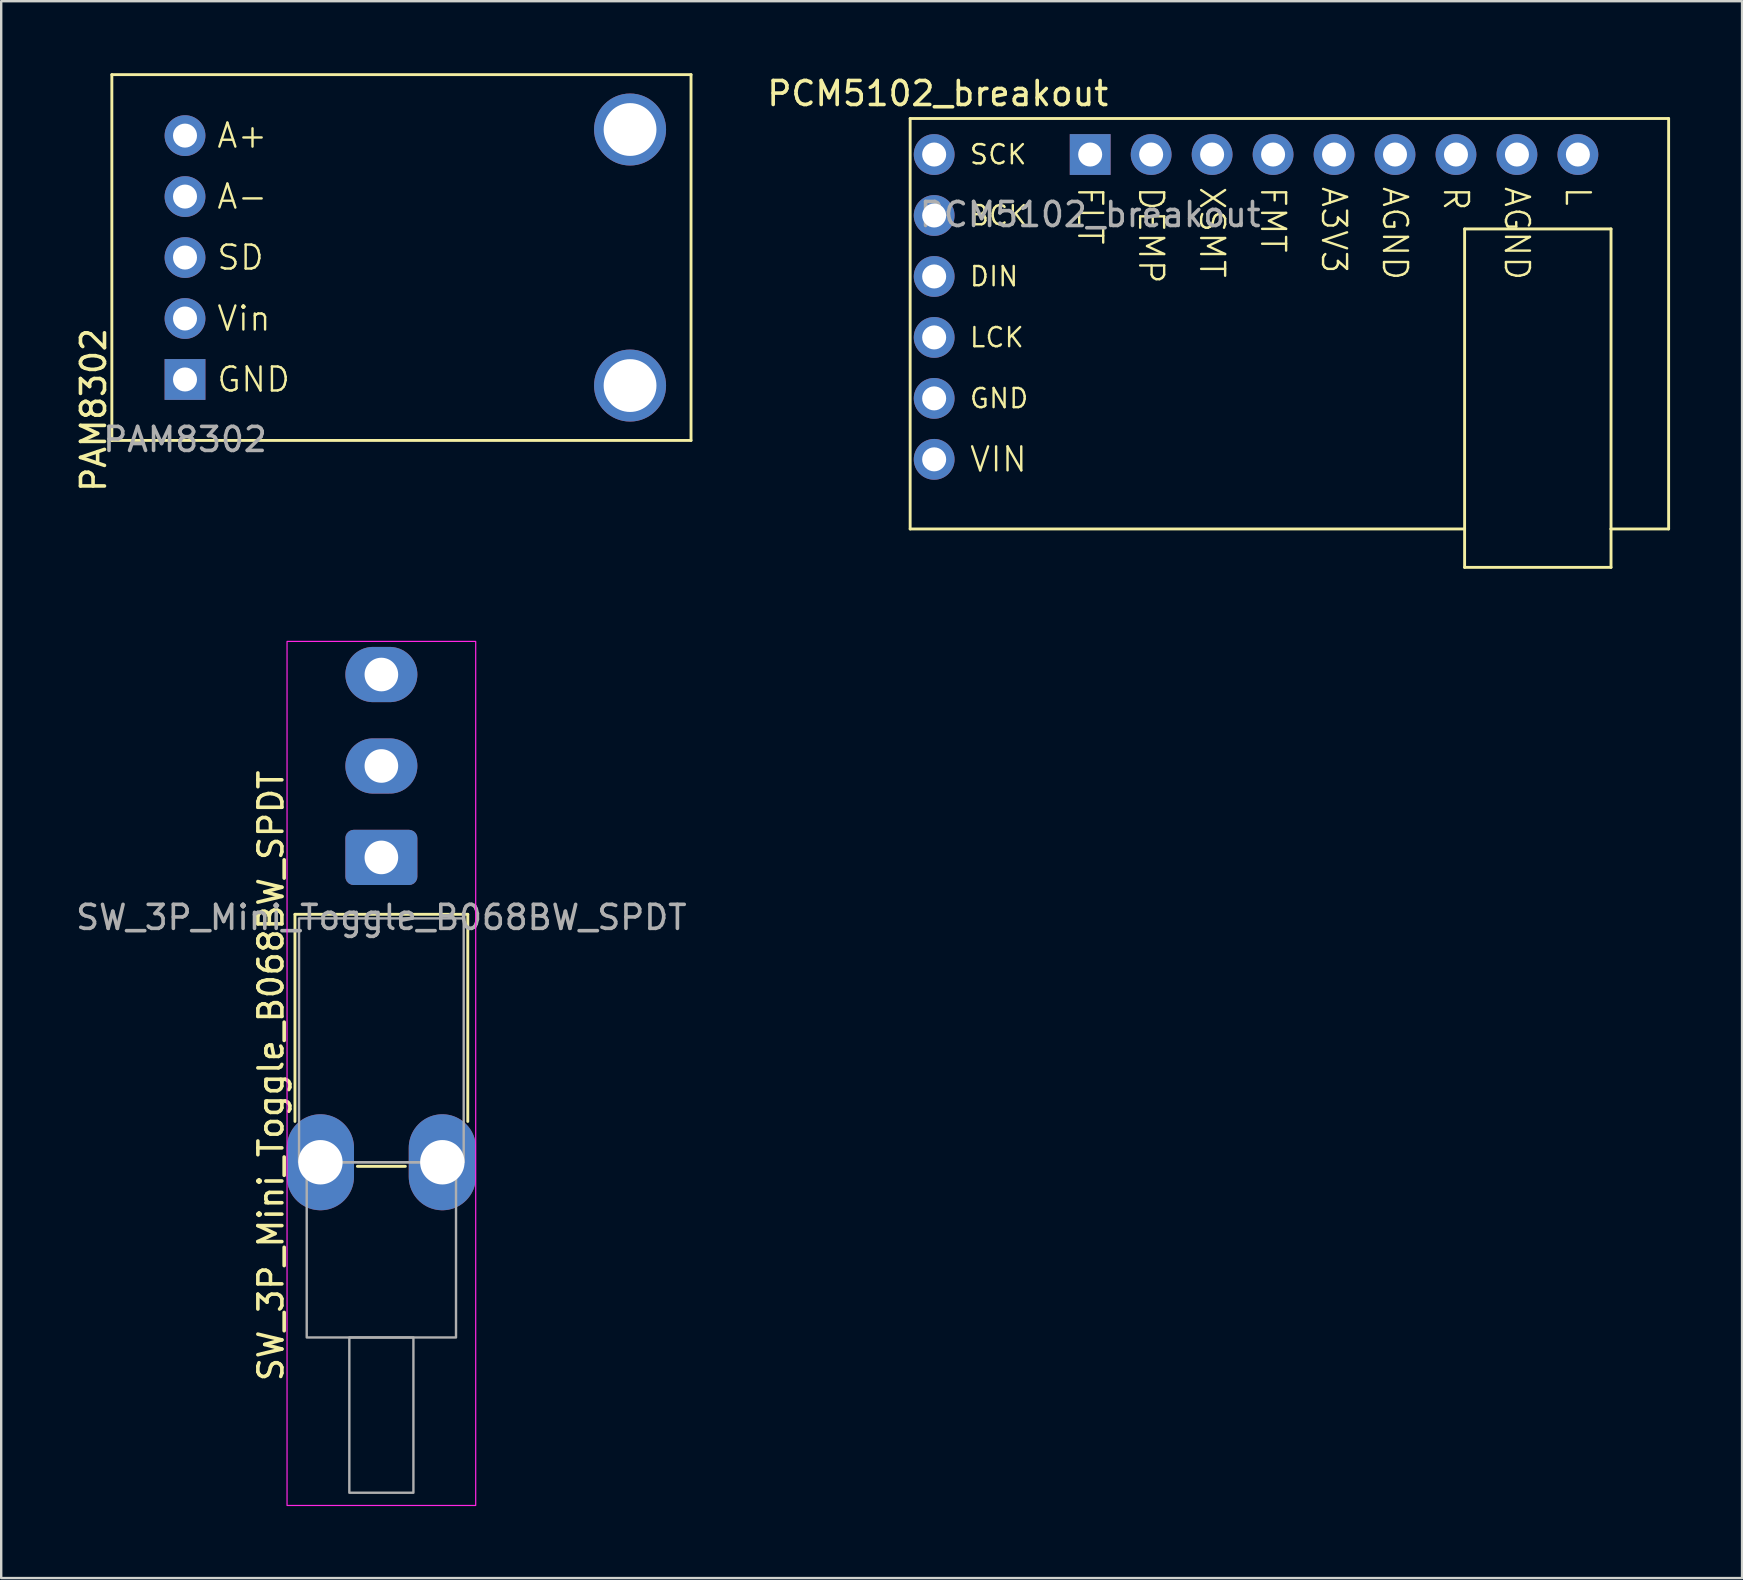
<source format=kicad_pcb>
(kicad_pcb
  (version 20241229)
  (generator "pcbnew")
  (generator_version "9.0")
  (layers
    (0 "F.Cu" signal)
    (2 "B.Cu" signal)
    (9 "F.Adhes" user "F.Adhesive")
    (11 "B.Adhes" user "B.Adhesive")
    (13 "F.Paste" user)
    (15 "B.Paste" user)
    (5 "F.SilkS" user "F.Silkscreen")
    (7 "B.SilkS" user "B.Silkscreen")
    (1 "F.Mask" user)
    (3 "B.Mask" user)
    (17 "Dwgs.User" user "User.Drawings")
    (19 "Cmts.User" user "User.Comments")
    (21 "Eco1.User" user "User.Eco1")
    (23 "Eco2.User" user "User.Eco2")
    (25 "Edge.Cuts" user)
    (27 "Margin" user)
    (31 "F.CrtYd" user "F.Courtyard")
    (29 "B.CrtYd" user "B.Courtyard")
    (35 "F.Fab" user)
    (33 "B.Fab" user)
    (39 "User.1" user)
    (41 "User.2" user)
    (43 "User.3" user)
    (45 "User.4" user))
  (footprint "PCM5102_breakout"
    (layer "F.Cu")
    (at 42.37 3.388)
    (property "Reference" "PCM5102_breakout" (at -6.35 -2.54 0) (unlocked yes) (layer "F.SilkS") (effects (font (size 1 1) (thickness 0.15))))
    (attr through_hole)
    (fp_line (start -7.5 -1.5) (end 24.1 -1.5) (stroke (width 0.12) (type default)) (layer "F.SilkS"))
    (fp_line (start -7.5 15.6) (end -7.5 -1.5) (stroke (width 0.12) (type default)) (layer "F.SilkS"))
    (fp_line (start -7.5 15.6) (end 15.6 15.6) (stroke (width 0.12) (type default)) (layer "F.SilkS"))
    (fp_line (start 15.6 3.1) (end 21.7 3.1) (stroke (width 0.12) (type default)) (layer "F.SilkS"))
    (fp_line (start 15.6 15.6) (end 15.6 3.1) (stroke (width 0.12) (type default)) (layer "F.SilkS"))
    (fp_line (start 15.6 17.2) (end 15.6 15.6) (stroke (width 0.12) (type default)) (layer "F.SilkS"))
    (fp_line (start 21.7 3.1) (end 21.7 15.6) (stroke (width 0.12) (type default)) (layer "F.SilkS"))
    (fp_line (start 21.7 15.6) (end 21.7 17.2) (stroke (width 0.12) (type default)) (layer "F.SilkS"))
    (fp_line (start 21.7 17.2) (end 15.6 17.2) (stroke (width 0.12) (type default)) (layer "F.SilkS"))
    (fp_line (start 24.1 -1.5) (end 24.1 15.6) (stroke (width 0.12) (type default)) (layer "F.SilkS"))
    (fp_line (start 24.1 15.6) (end 21.7 15.6) (stroke (width 0.12) (type default)) (layer "F.SilkS"))
    (fp_text user "FMT" (at 7.62 1.27 270) (unlocked yes) (layer "F.SilkS") (effects (font (size 1 1) (thickness 0.1)) (justify left)))
    (fp_text user "L" (at 20.32 1.27 270) (unlocked yes) (layer "F.SilkS") (effects (font (size 1 1) (thickness 0.1)) (justify left)))
    (fp_text user "SCK" (at -5.08 0 0) (unlocked yes) (layer "F.SilkS") (effects (font (size 0.8 0.8) (thickness 0.1)) (justify left)))
    (fp_text user "LCK" (at -5.08 7.62 0) (unlocked yes) (layer "F.SilkS") (effects (font (size 0.8 0.8) (thickness 0.1)) (justify left)))
    (fp_text user "DIN" (at -5.08 5.08 0) (unlocked yes) (layer "F.SilkS") (effects (font (size 0.8 0.8) (thickness 0.1)) (justify left)))
    (fp_text user "R" (at 15.24 1.27 270) (unlocked yes) (layer "F.SilkS") (effects (font (size 1 1) (thickness 0.1)) (justify left)))
    (fp_text user "GND" (at -5.08 10.16 0) (unlocked yes) (layer "F.SilkS") (effects (font (size 0.8 0.8) (thickness 0.1)) (justify left)))
    (fp_text user "A3V3" (at 10.16 1.27 270) (unlocked yes) (layer "F.SilkS") (effects (font (size 1 1) (thickness 0.1)) (justify left)))
    (fp_text user "DEMP" (at 2.54 1.27 270) (unlocked yes) (layer "F.SilkS") (effects (font (size 1 1) (thickness 0.1)) (justify left)))
    (fp_text user "BCK" (at -5.08 2.54 0) (unlocked yes) (layer "F.SilkS") (effects (font (size 0.8 0.8) (thickness 0.1)) (justify left)))
    (fp_text user "AGND" (at 17.78 1.27 270) (unlocked yes) (layer "F.SilkS") (effects (font (size 1 1) (thickness 0.1)) (justify left)))
    (fp_text user "FLT" (at 0 1.27 270) (unlocked yes) (layer "F.SilkS") (effects (font (size 1 1) (thickness 0.1)) (justify left)))
    (fp_text user "XSMT" (at 5.08 1.27 270) (unlocked yes) (layer "F.SilkS") (effects (font (size 1 1) (thickness 0.1)) (justify left)))
    (fp_text user "VIN" (at -5.08 12.7 0) (unlocked yes) (layer "F.SilkS") (effects (font (size 1 1) (thickness 0.1)) (justify left)))
    (fp_text user "AGND" (at 12.7 1.27 270) (unlocked yes) (layer "F.SilkS") (effects (font (size 1 1) (thickness 0.1)) (justify left)))
    (fp_text user "${REFERENCE}" (at 0 2.5 0) (unlocked yes) (layer "F.Fab") (effects (font (size 1 1) (thickness 0.15))))
    (pad "1" thru_hole rect (at 0 0) (size 1.7 1.7) (drill 1) (layers "*.Cu" "*.Mask"))
    (pad "2" thru_hole oval (at 2.54 0) (size 1.7 1.7) (drill 1) (layers "*.Cu" "*.Mask"))
    (pad "3" thru_hole oval (at 5.08 0) (size 1.7 1.7) (drill 1) (layers "*.Cu" "*.Mask"))
    (pad "4" thru_hole oval (at 7.62 0) (size 1.7 1.7) (drill 1) (layers "*.Cu" "*.Mask"))
    (pad "5" thru_hole oval (at 10.16 0) (size 1.7 1.7) (drill 1) (layers "*.Cu" "*.Mask"))
    (pad "6" thru_hole oval (at 12.7 0) (size 1.7 1.7) (drill 1) (layers "*.Cu" "*.Mask"))
    (pad "7" thru_hole oval (at 15.24 0) (size 1.7 1.7) (drill 1) (layers "*.Cu" "*.Mask"))
    (pad "8" thru_hole oval (at 17.78 0) (size 1.7 1.7) (drill 1) (layers "*.Cu" "*.Mask"))
    (pad "9" thru_hole oval (at 20.32 0) (size 1.7 1.7) (drill 1) (layers "*.Cu" "*.Mask"))
    (pad "10" thru_hole oval (at -6.5 0) (size 1.7 1.7) (drill 1) (layers "*.Cu" "*.Mask"))
    (pad "11" thru_hole oval (at -6.5 2.54) (size 1.7 1.7) (drill 1) (layers "*.Cu" "*.Mask"))
    (pad "12" thru_hole oval (at -6.5 5.08) (size 1.7 1.7) (drill 1) (layers "*.Cu" "*.Mask"))
    (pad "13" thru_hole oval (at -6.5 7.62) (size 1.7 1.7) (drill 1) (layers "*.Cu" "*.Mask"))
    (pad "14" thru_hole oval (at -6.5 10.16) (size 1.7 1.7) (drill 1) (layers "*.Cu" "*.Mask"))
    (pad "15" thru_hole oval (at -6.5 12.7) (size 1.7 1.7) (drill 1) (layers "*.Cu" "*.Mask")))
  (footprint "PAM8302"
    (layer "F.Cu")
    (at 4.658 12.76)
    (property "Reference" "PAM8302" (at -3.81 1.27 90) (unlocked yes) (layer "F.SilkS") (effects (font (size 1 1) (thickness 0.15))))
    (attr through_hole)
    (fp_line (start -3.048 -12.7) (end -3.048 2.54) (stroke (width 0.12) (type default)) (layer "F.SilkS"))
    (fp_line (start -3.048 -12.7) (end 21.082 -12.7) (stroke (width 0.12) (type default)) (layer "F.SilkS"))
    (fp_line (start -3.048 2.54) (end 21.082 2.54) (stroke (width 0.12) (type default)) (layer "F.SilkS"))
    (fp_line (start 21.082 -12.7) (end 21.082 2.54) (stroke (width 0.12) (type default)) (layer "F.SilkS"))
    (fp_text user "SD" (at 1.27 -5.08 0) (unlocked yes) (layer "F.SilkS") (effects (font (size 1 1) (thickness 0.1)) (justify left)))
    (fp_text user "A-" (at 1.27 -7.62 0) (unlocked yes) (layer "F.SilkS") (effects (font (size 1 1) (thickness 0.1)) (justify left)))
    (fp_text user "A+" (at 1.27 -10.16 0) (unlocked yes) (layer "F.SilkS") (effects (font (size 1 1) (thickness 0.1)) (justify left)))
    (fp_text user "GND" (at 1.27 0 0) (unlocked yes) (layer "F.SilkS") (effects (font (size 1 1) (thickness 0.1)) (justify left)))
    (fp_text user "Vin" (at 1.27 -2.54 0) (unlocked yes) (layer "F.SilkS") (effects (font (size 1 1) (thickness 0.1)) (justify left)))
    (fp_text user "${REFERENCE}" (at 0 2.5 0) (unlocked yes) (layer "F.Fab") (effects (font (size 1 1) (thickness 0.15))))
    (pad "" thru_hole circle (at 18.542 -10.414) (size 3 3) (drill 2.2) (layers "*.Cu" "*.Mask"))
    (pad "" thru_hole circle (at 18.542 0.254) (size 3 3) (drill 2.2) (layers "*.Cu" "*.Mask"))
    (pad "1" thru_hole rect (at 0 0) (size 1.7 1.7) (drill 1) (layers "*.Cu" "*.Mask"))
    (pad "2" thru_hole oval (at 0 -2.54) (size 1.7 1.7) (drill 1) (layers "*.Cu" "*.Mask"))
    (pad "3" thru_hole oval (at 0 -5.08) (size 1.7 1.7) (drill 1) (layers "*.Cu" "*.Mask"))
    (pad "4" thru_hole oval (at 0 -7.62) (size 1.7 1.7) (drill 1) (layers "*.Cu" "*.Mask"))
    (pad "5" thru_hole oval (at 0 -10.16) (size 1.7 1.7) (drill 1) (layers "*.Cu" "*.Mask")))
  (footprint "SW_3P_Mini_Toggle_B068BW_SPDT"
    (layer "F.Cu")
    (at 12.839 32.673)
    (property "Reference" "SW_3P_Mini_Toggle_B068BW_SPDT" (at -4.6 9.1 90) (unlocked yes) (layer "F.SilkS") (effects (font (size 1 1) (thickness 0.15))))
    (attr through_hole)
    (fp_line (start -3.6 2.37) (end 3.6 2.37) (stroke (width 0.12) (type default)) (layer "F.SilkS"))
    (fp_line (start -3.6 11) (end -3.6 2.37) (stroke (width 0.12) (type default)) (layer "F.SilkS"))
    (fp_line (start -1 12.87) (end 1 12.87) (stroke (width 0.12) (type default)) (layer "F.SilkS"))
    (fp_line (start 3.6 2.37) (end 3.6 11) (stroke (width 0.12) (type default)) (layer "F.SilkS"))
    (fp_rect (start -3.93 -9) (end 3.93 27) (stroke (width 0.05) (type default)) (fill no) (layer "F.CrtYd"))
    (fp_rect (start -3.43 2.54) (end 3.43 12.7) (stroke (width 0.1) (type default)) (fill no) (layer "F.Fab"))
    (fp_rect (start -3.11 12.7) (end 3.11 20) (stroke (width 0.1) (type default)) (fill no) (layer "F.Fab"))
    (fp_rect (start -1.335 20) (end 1.335 26.47) (stroke (width 0.1) (type default)) (fill no) (layer "F.Fab"))
    (fp_text user "${REFERENCE}" (at 0 2.5 0) (unlocked yes) (layer "F.Fab") (effects (font (size 1 1) (thickness 0.15))))
    (pad "" thru_hole oval (at -2.54 12.7) (size 2.8 4) (drill 1.85) (layers "*.Cu" "*.Mask"))
    (pad "" thru_hole oval (at 2.54 12.7) (size 2.8 4) (drill 1.85) (layers "*.Cu" "*.Mask"))
    (pad "1" thru_hole roundrect (at 0 0) (size 3 2.3) (drill 1.4) (layers "*.Cu" "*.Mask") (roundrect_rratio 0.15))
    (pad "2" thru_hole oval (at 0 -3.81) (size 3 2.3) (drill 1.4) (layers "*.Cu" "*.Mask"))
    (pad "3" thru_hole oval (at 0 -7.62) (size 3 2.3) (drill 1.4) (layers "*.Cu" "*.Mask")))
  (gr_rect
    (start -3 -3)
    (end 69.53 62.698)
    (stroke (width 0.1) (type default))
    (fill no)
    (layer "Edge.Cuts")))
</source>
